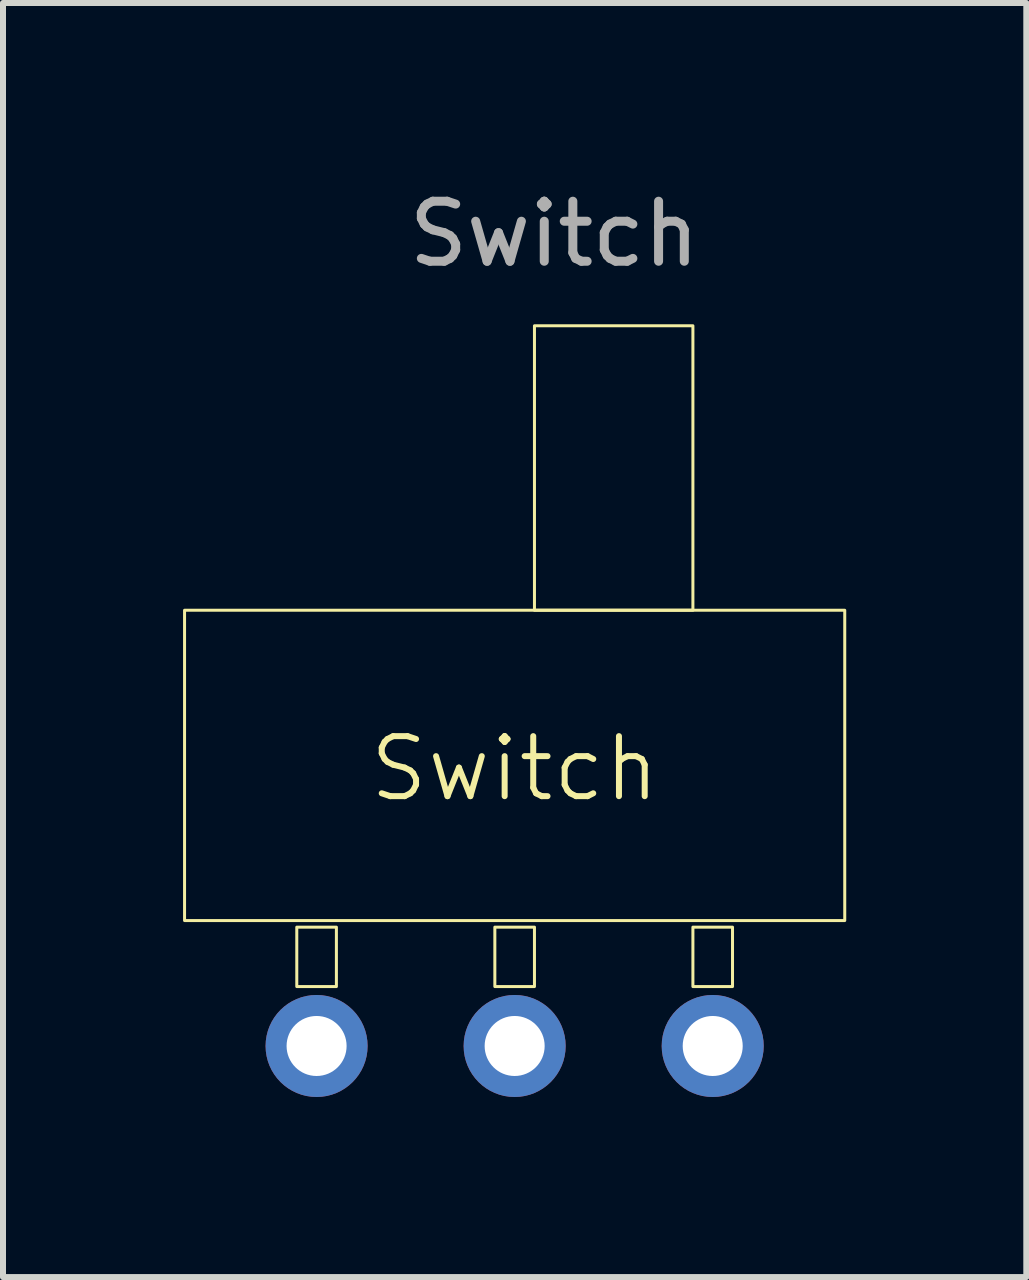
<source format=kicad_pcb>
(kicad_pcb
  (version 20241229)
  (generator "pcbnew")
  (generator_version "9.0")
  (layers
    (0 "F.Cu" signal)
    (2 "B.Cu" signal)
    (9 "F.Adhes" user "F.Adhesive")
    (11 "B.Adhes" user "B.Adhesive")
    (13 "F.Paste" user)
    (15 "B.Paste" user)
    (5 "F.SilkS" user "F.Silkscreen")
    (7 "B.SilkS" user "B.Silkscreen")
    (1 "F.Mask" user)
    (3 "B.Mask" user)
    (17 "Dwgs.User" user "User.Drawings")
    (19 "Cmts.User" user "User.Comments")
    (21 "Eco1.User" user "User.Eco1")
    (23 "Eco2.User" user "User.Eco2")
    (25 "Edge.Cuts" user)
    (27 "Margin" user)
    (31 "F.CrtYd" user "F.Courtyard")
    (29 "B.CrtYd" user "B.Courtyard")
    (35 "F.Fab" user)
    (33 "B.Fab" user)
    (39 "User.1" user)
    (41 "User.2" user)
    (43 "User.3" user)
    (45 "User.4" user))
  (footprint "Switch"
    (layer "F.Cu")
    (at 2.225 14.378)
    (property "Reference" "Switch" (at 3.3 -4.62 0) (unlocked yes) (layer "F.SilkS") (effects (font (size 1 1) (thickness 0.1))))
    (attr through_hole)
    (fp_rect (start -2.2 -7.26) (end 8.8 -2.09) (stroke (width 0.05) (type default)) (fill no) (layer "F.SilkS"))
    (fp_rect (start 0.33 -1.98) (end -0.33 -0.99) (stroke (width 0.05) (type default)) (fill no) (layer "F.SilkS"))
    (fp_rect (start 3.63 -12) (end 6.27 -7.26) (stroke (width 0.05) (type default)) (fill no) (layer "F.SilkS"))
    (fp_rect (start 3.63 -1.98) (end 2.97 -0.99) (stroke (width 0.05) (type default)) (fill no) (layer "F.SilkS"))
    (fp_rect (start 6.93 -1.98) (end 6.27 -0.99) (stroke (width 0.05) (type default)) (fill no) (layer "F.SilkS"))
    (fp_text user "${REFERENCE}" (at 3.96 -13.53 0) (unlocked yes) (layer "F.Fab") (effects (font (size 1 1) (thickness 0.15))))
    (pad "1" thru_hole oval (at 0 0) (size 1.7 1.7) (drill 1) (layers "*.Cu" "*.Mask"))
    (pad "2" thru_hole oval (at 3.3 0) (size 1.7 1.7) (drill 1) (layers "*.Cu" "*.Mask"))
    (pad "3" thru_hole oval (at 6.6 0) (size 1.7 1.7) (drill 1) (layers "*.Cu" "*.Mask")))
  (gr_rect
    (start -3 -3)
    (end 14.05 18.228)
    (stroke (width 0.1) (type default))
    (fill no)
    (layer "Edge.Cuts")))
</source>
